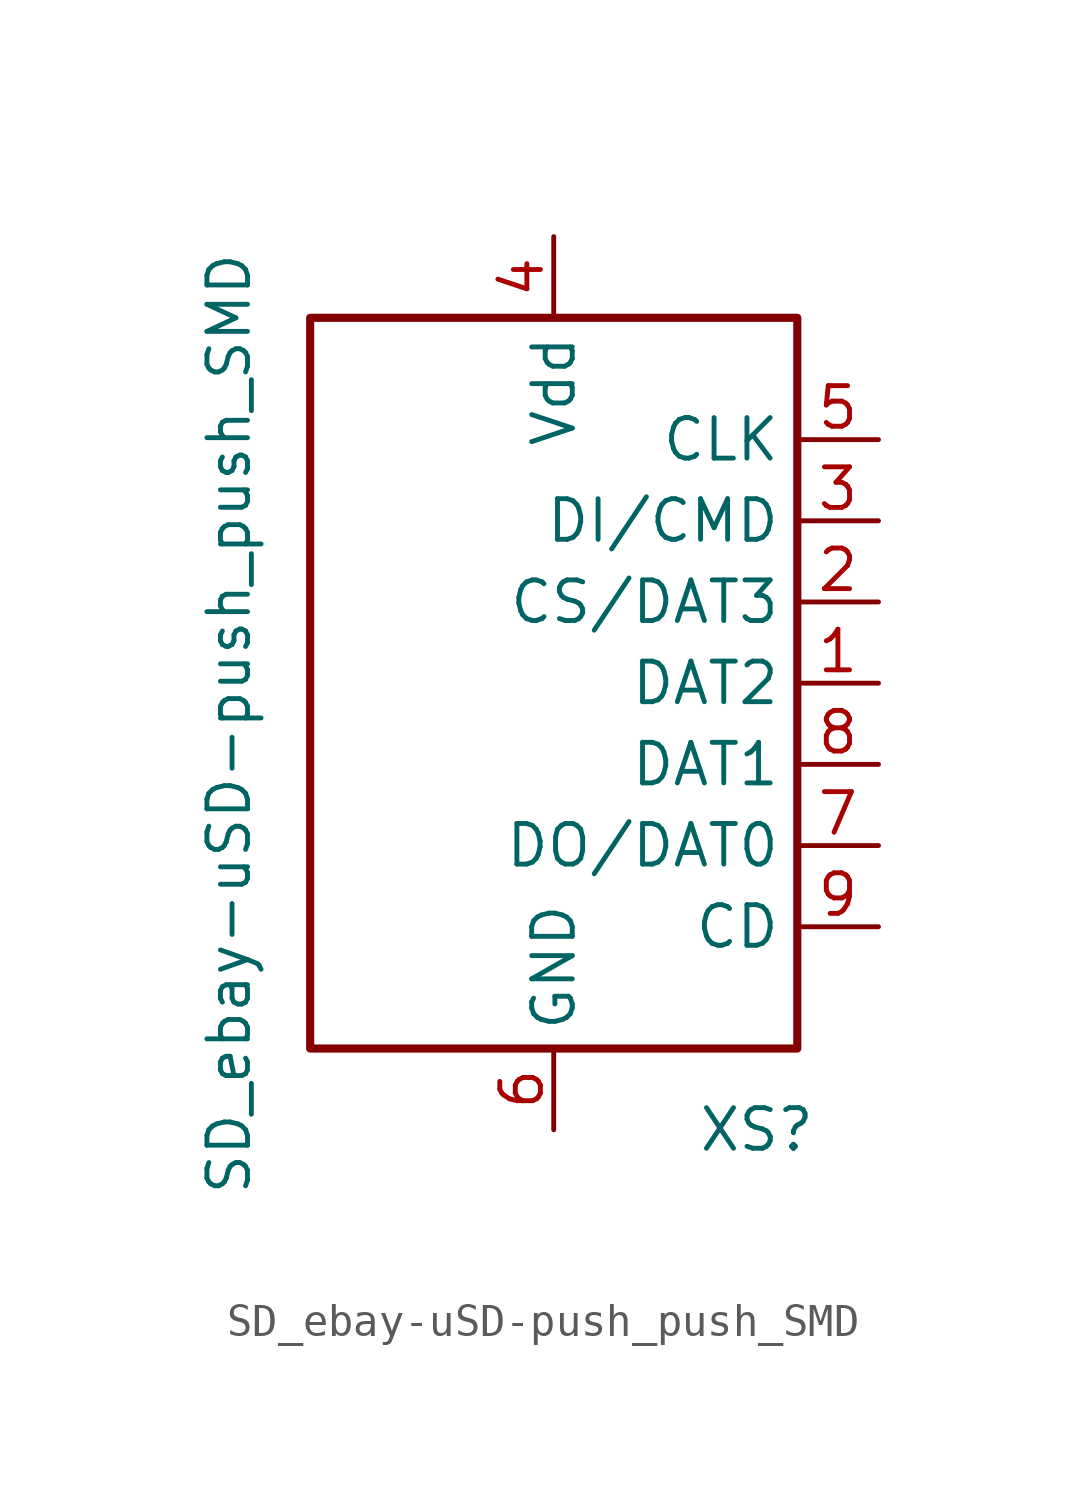
<source format=kicad_sym>
(kicad_symbol_lib
  (version 20220914)
  (generator kicad_symbol_editor)
  (symbol "SD_ebay-uSD-push_push_SMD"
    (property "Reference" "XS"
      (at 5.08 -13.97 0)
      (effects (font (size 1.27 1.27))))
    (property "Value" "SD_ebay-uSD-push_push_SMD"
      (at -11.43 -1.27 90)
      (effects (font (size 1.27 1.27))))
    (symbol "SD_ebay-uSD-push_push_SMD_0_0"
      (rectangle (start 6.35 11.43) (end -8.89 -11.43) (stroke (width 0.254) (type solid)) (fill (type none))))
    (symbol "SD_ebay-uSD-push_push_SMD_1_1"
      (pin bidirectional line (at 8.89 0 180) (length 2.54) (name "DAT2" (effects (font (size 1.27 1.27)))) (number "1" (effects (font (size 1.27 1.27)))))
      (pin input line (at 8.89 2.54 180) (length 2.54) (name "CS/DAT3" (effects (font (size 1.27 1.27)))) (number "2" (effects (font (size 1.27 1.27)))))
      (pin input line (at 8.89 5.08 180) (length 2.54) (name "DI/CMD" (effects (font (size 1.27 1.27)))) (number "3" (effects (font (size 1.27 1.27)))))
      (pin input line (at -1.27 13.97 270) (length 2.54) (name "Vdd" (effects (font (size 1.27 1.27)))) (number "4" (effects (font (size 1.27 1.27)))))
      (pin input line (at 8.89 7.62 180) (length 2.54) (name "CLK" (effects (font (size 1.27 1.27)))) (number "5" (effects (font (size 1.27 1.27)))))
      (pin input line (at -1.27 -13.97 90) (length 2.54) (name "GND" (effects (font (size 1.27 1.27)))) (number "6" (effects (font (size 1.27 1.27)))))
      (pin input line (at 8.89 -5.08 180) (length 2.54) (name "DO/DAT0" (effects (font (size 1.27 1.27)))) (number "7" (effects (font (size 1.27 1.27)))))
      (pin bidirectional line (at 8.89 -2.54 180) (length 2.54) (name "DAT1" (effects (font (size 1.27 1.27)))) (number "8" (effects (font (size 1.27 1.27)))))
      (pin input line (at 8.89 -7.62 180) (length 2.54) (name "CD" (effects (font (size 1.27 1.27)))) (number "9" (effects (font (size 1.27 1.27))))))))
</source>
